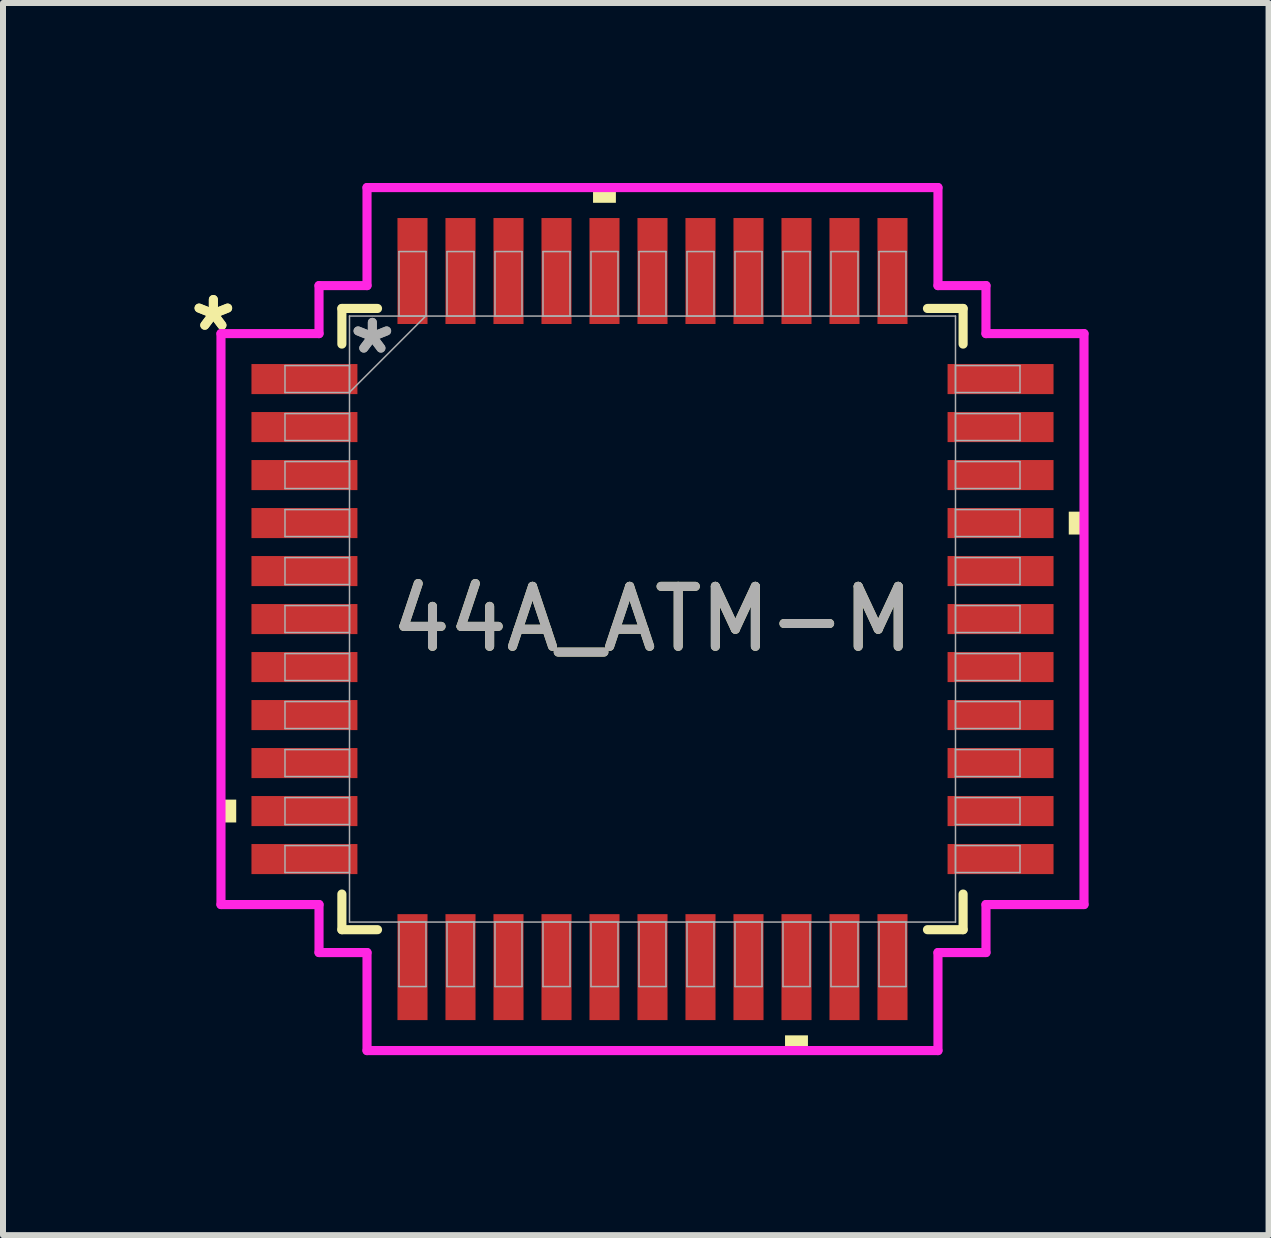
<source format=kicad_pcb>
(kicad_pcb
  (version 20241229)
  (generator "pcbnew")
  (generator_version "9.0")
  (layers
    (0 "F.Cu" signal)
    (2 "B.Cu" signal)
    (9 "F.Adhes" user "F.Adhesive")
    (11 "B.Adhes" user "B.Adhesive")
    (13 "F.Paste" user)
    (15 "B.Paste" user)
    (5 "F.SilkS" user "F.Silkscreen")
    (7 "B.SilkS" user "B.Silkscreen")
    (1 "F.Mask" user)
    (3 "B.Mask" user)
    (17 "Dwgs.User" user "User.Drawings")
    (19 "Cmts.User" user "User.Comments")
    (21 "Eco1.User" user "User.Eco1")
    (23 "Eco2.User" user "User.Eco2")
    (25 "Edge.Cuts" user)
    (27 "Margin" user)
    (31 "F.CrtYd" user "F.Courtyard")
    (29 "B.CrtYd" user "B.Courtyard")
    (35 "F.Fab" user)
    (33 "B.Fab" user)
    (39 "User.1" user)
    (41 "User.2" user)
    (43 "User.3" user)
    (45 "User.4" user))
  (footprint "44A_ATM-M"
    (layer "F.Cu")
    (at 7.825 7.268)
    (property "Reference" "44A_ATM-M" (at 0 0 0) (unlocked yes) (layer "F.SilkS") (effects (font (size 1 1) (thickness 0.15))))
    (attr smd)
    (fp_line (start -5.177 -5.177) (end -5.177 -4.583) (stroke (width 0.152) (type solid)) (layer "F.SilkS"))
    (fp_line (start -5.177 4.583) (end -5.177 5.177) (stroke (width 0.152) (type solid)) (layer "F.SilkS"))
    (fp_line (start -5.177 5.177) (end -4.583 5.177) (stroke (width 0.152) (type solid)) (layer "F.SilkS"))
    (fp_line (start -4.583 -5.177) (end -5.177 -5.177) (stroke (width 0.152) (type solid)) (layer "F.SilkS"))
    (fp_line (start 4.583 5.177) (end 5.177 5.177) (stroke (width 0.152) (type solid)) (layer "F.SilkS"))
    (fp_line (start 5.177 -5.177) (end 4.583 -5.177) (stroke (width 0.152) (type solid)) (layer "F.SilkS"))
    (fp_line (start 5.177 -4.583) (end 5.177 -5.177) (stroke (width 0.152) (type solid)) (layer "F.SilkS"))
    (fp_line (start 5.177 5.177) (end 5.177 4.583) (stroke (width 0.152) (type solid)) (layer "F.SilkS"))
    (fp_poly (pts (xy -7.192 3.009) (xy -7.192 3.39) (xy -6.938 3.39) (xy -6.938 3.009)) (stroke (width 0) (type solid)) (fill yes) (layer "F.SilkS"))
    (fp_poly (pts (xy -0.991 -6.938) (xy -0.991 -7.192) (xy -0.61 -7.192) (xy -0.61 -6.938)) (stroke (width 0) (type solid)) (fill yes) (layer "F.SilkS"))
    (fp_poly (pts (xy 2.209 6.938) (xy 2.209 7.192) (xy 2.591 7.192) (xy 2.591 6.938)) (stroke (width 0) (type solid)) (fill yes) (layer "F.SilkS"))
    (fp_poly (pts (xy 7.192 -1.79) (xy 7.192 -1.409) (xy 6.938 -1.409) (xy 6.938 -1.79)) (stroke (width 0) (type solid)) (fill yes) (layer "F.SilkS"))
    (fp_line (start -7.192 -4.758) (end -5.558 -4.758) (stroke (width 0.152) (type solid)) (layer "F.CrtYd"))
    (fp_line (start -7.192 4.758) (end -7.192 -4.758) (stroke (width 0.152) (type solid)) (layer "F.CrtYd"))
    (fp_line (start -5.558 -5.558) (end -4.758 -5.558) (stroke (width 0.152) (type solid)) (layer "F.CrtYd"))
    (fp_line (start -5.558 -4.758) (end -5.558 -5.558) (stroke (width 0.152) (type solid)) (layer "F.CrtYd"))
    (fp_line (start -5.558 4.758) (end -7.192 4.758) (stroke (width 0.152) (type solid)) (layer "F.CrtYd"))
    (fp_line (start -5.558 5.558) (end -5.558 4.758) (stroke (width 0.152) (type solid)) (layer "F.CrtYd"))
    (fp_line (start -5.558 5.558) (end -4.758 5.558) (stroke (width 0.152) (type solid)) (layer "F.CrtYd"))
    (fp_line (start -4.758 -7.192) (end 4.758 -7.192) (stroke (width 0.152) (type solid)) (layer "F.CrtYd"))
    (fp_line (start -4.758 -5.558) (end -4.758 -7.192) (stroke (width 0.152) (type solid)) (layer "F.CrtYd"))
    (fp_line (start -4.758 5.558) (end -4.758 7.192) (stroke (width 0.152) (type solid)) (layer "F.CrtYd"))
    (fp_line (start -4.758 7.192) (end 4.758 7.192) (stroke (width 0.152) (type solid)) (layer "F.CrtYd"))
    (fp_line (start 4.758 -7.192) (end 4.758 -5.558) (stroke (width 0.152) (type solid)) (layer "F.CrtYd"))
    (fp_line (start 4.758 -5.558) (end 5.558 -5.558) (stroke (width 0.152) (type solid)) (layer "F.CrtYd"))
    (fp_line (start 4.758 5.558) (end 5.558 5.558) (stroke (width 0.152) (type solid)) (layer "F.CrtYd"))
    (fp_line (start 4.758 7.192) (end 4.758 5.558) (stroke (width 0.152) (type solid)) (layer "F.CrtYd"))
    (fp_line (start 5.558 -4.758) (end 5.558 -5.558) (stroke (width 0.152) (type solid)) (layer "F.CrtYd"))
    (fp_line (start 5.558 4.758) (end 7.192 4.758) (stroke (width 0.152) (type solid)) (layer "F.CrtYd"))
    (fp_line (start 5.558 5.558) (end 5.558 4.758) (stroke (width 0.152) (type solid)) (layer "F.CrtYd"))
    (fp_line (start 7.192 -4.758) (end 5.558 -4.758) (stroke (width 0.152) (type solid)) (layer "F.CrtYd"))
    (fp_line (start 7.192 4.758) (end 7.192 -4.758) (stroke (width 0.152) (type solid)) (layer "F.CrtYd"))
    (fp_line (start -6.125 -4.225) (end -6.125 -3.775) (stroke (width 0.025) (type solid)) (layer "F.Fab"))
    (fp_line (start -6.125 -3.775) (end -5.05 -3.775) (stroke (width 0.025) (type solid)) (layer "F.Fab"))
    (fp_line (start -6.125 -3.425) (end -6.125 -2.975) (stroke (width 0.025) (type solid)) (layer "F.Fab"))
    (fp_line (start -6.125 -2.975) (end -5.05 -2.975) (stroke (width 0.025) (type solid)) (layer "F.Fab"))
    (fp_line (start -6.125 -2.625) (end -6.125 -2.175) (stroke (width 0.025) (type solid)) (layer "F.Fab"))
    (fp_line (start -6.125 -2.175) (end -5.05 -2.175) (stroke (width 0.025) (type solid)) (layer "F.Fab"))
    (fp_line (start -6.125 -1.825) (end -6.125 -1.375) (stroke (width 0.025) (type solid)) (layer "F.Fab"))
    (fp_line (start -6.125 -1.375) (end -5.05 -1.375) (stroke (width 0.025) (type solid)) (layer "F.Fab"))
    (fp_line (start -6.125 -1.025) (end -6.125 -0.575) (stroke (width 0.025) (type solid)) (layer "F.Fab"))
    (fp_line (start -6.125 -0.575) (end -5.05 -0.575) (stroke (width 0.025) (type solid)) (layer "F.Fab"))
    (fp_line (start -6.125 -0.225) (end -6.125 0.225) (stroke (width 0.025) (type solid)) (layer "F.Fab"))
    (fp_line (start -6.125 0.225) (end -5.05 0.225) (stroke (width 0.025) (type solid)) (layer "F.Fab"))
    (fp_line (start -6.125 0.575) (end -6.125 1.025) (stroke (width 0.025) (type solid)) (layer "F.Fab"))
    (fp_line (start -6.125 1.025) (end -5.05 1.025) (stroke (width 0.025) (type solid)) (layer "F.Fab"))
    (fp_line (start -6.125 1.375) (end -6.125 1.825) (stroke (width 0.025) (type solid)) (layer "F.Fab"))
    (fp_line (start -6.125 1.825) (end -5.05 1.825) (stroke (width 0.025) (type solid)) (layer "F.Fab"))
    (fp_line (start -6.125 2.175) (end -6.125 2.625) (stroke (width 0.025) (type solid)) (layer "F.Fab"))
    (fp_line (start -6.125 2.625) (end -5.05 2.625) (stroke (width 0.025) (type solid)) (layer "F.Fab"))
    (fp_line (start -6.125 2.975) (end -6.125 3.425) (stroke (width 0.025) (type solid)) (layer "F.Fab"))
    (fp_line (start -6.125 3.425) (end -5.05 3.425) (stroke (width 0.025) (type solid)) (layer "F.Fab"))
    (fp_line (start -6.125 3.775) (end -6.125 4.225) (stroke (width 0.025) (type solid)) (layer "F.Fab"))
    (fp_line (start -6.125 4.225) (end -5.05 4.225) (stroke (width 0.025) (type solid)) (layer "F.Fab"))
    (fp_line (start -5.05 -5.05) (end -5.05 5.05) (stroke (width 0.025) (type solid)) (layer "F.Fab"))
    (fp_line (start -5.05 -4.225) (end -6.125 -4.225) (stroke (width 0.025) (type solid)) (layer "F.Fab"))
    (fp_line (start -5.05 -3.78) (end -3.78 -5.05) (stroke (width 0.025) (type solid)) (layer "F.Fab"))
    (fp_line (start -5.05 -3.775) (end -5.05 -4.225) (stroke (width 0.025) (type solid)) (layer "F.Fab"))
    (fp_line (start -5.05 -3.425) (end -6.125 -3.425) (stroke (width 0.025) (type solid)) (layer "F.Fab"))
    (fp_line (start -5.05 -2.975) (end -5.05 -3.425) (stroke (width 0.025) (type solid)) (layer "F.Fab"))
    (fp_line (start -5.05 -2.625) (end -6.125 -2.625) (stroke (width 0.025) (type solid)) (layer "F.Fab"))
    (fp_line (start -5.05 -2.175) (end -5.05 -2.625) (stroke (width 0.025) (type solid)) (layer "F.Fab"))
    (fp_line (start -5.05 -1.825) (end -6.125 -1.825) (stroke (width 0.025) (type solid)) (layer "F.Fab"))
    (fp_line (start -5.05 -1.375) (end -5.05 -1.825) (stroke (width 0.025) (type solid)) (layer "F.Fab"))
    (fp_line (start -5.05 -1.025) (end -6.125 -1.025) (stroke (width 0.025) (type solid)) (layer "F.Fab"))
    (fp_line (start -5.05 -0.575) (end -5.05 -1.025) (stroke (width 0.025) (type solid)) (layer "F.Fab"))
    (fp_line (start -5.05 -0.225) (end -6.125 -0.225) (stroke (width 0.025) (type solid)) (layer "F.Fab"))
    (fp_line (start -5.05 0.225) (end -5.05 -0.225) (stroke (width 0.025) (type solid)) (layer "F.Fab"))
    (fp_line (start -5.05 0.575) (end -6.125 0.575) (stroke (width 0.025) (type solid)) (layer "F.Fab"))
    (fp_line (start -5.05 1.025) (end -5.05 0.575) (stroke (width 0.025) (type solid)) (layer "F.Fab"))
    (fp_line (start -5.05 1.375) (end -6.125 1.375) (stroke (width 0.025) (type solid)) (layer "F.Fab"))
    (fp_line (start -5.05 1.825) (end -5.05 1.375) (stroke (width 0.025) (type solid)) (layer "F.Fab"))
    (fp_line (start -5.05 2.175) (end -6.125 2.175) (stroke (width 0.025) (type solid)) (layer "F.Fab"))
    (fp_line (start -5.05 2.625) (end -5.05 2.175) (stroke (width 0.025) (type solid)) (layer "F.Fab"))
    (fp_line (start -5.05 2.975) (end -6.125 2.975) (stroke (width 0.025) (type solid)) (layer "F.Fab"))
    (fp_line (start -5.05 3.425) (end -5.05 2.975) (stroke (width 0.025) (type solid)) (layer "F.Fab"))
    (fp_line (start -5.05 3.775) (end -6.125 3.775) (stroke (width 0.025) (type solid)) (layer "F.Fab"))
    (fp_line (start -5.05 4.225) (end -5.05 3.775) (stroke (width 0.025) (type solid)) (layer "F.Fab"))
    (fp_line (start -5.05 5.05) (end 5.05 5.05) (stroke (width 0.025) (type solid)) (layer "F.Fab"))
    (fp_line (start -4.225 5.05) (end -4.225 6.125) (stroke (width 0.025) (type solid)) (layer "F.Fab"))
    (fp_line (start -4.225 6.125) (end -3.775 6.125) (stroke (width 0.025) (type solid)) (layer "F.Fab"))
    (fp_line (start -4.225 -6.125) (end -4.225 -5.05) (stroke (width 0.025) (type solid)) (layer "F.Fab"))
    (fp_line (start -4.225 -5.05) (end -3.775 -5.05) (stroke (width 0.025) (type solid)) (layer "F.Fab"))
    (fp_line (start -3.775 5.05) (end -4.225 5.05) (stroke (width 0.025) (type solid)) (layer "F.Fab"))
    (fp_line (start -3.775 6.125) (end -3.775 5.05) (stroke (width 0.025) (type solid)) (layer "F.Fab"))
    (fp_line (start -3.775 -6.125) (end -4.225 -6.125) (stroke (width 0.025) (type solid)) (layer "F.Fab"))
    (fp_line (start -3.775 -5.05) (end -3.775 -6.125) (stroke (width 0.025) (type solid)) (layer "F.Fab"))
    (fp_line (start -3.425 -6.125) (end -3.425 -5.05) (stroke (width 0.025) (type solid)) (layer "F.Fab"))
    (fp_line (start -3.425 -5.05) (end -2.975 -5.05) (stroke (width 0.025) (type solid)) (layer "F.Fab"))
    (fp_line (start -3.425 5.05) (end -3.425 6.125) (stroke (width 0.025) (type solid)) (layer "F.Fab"))
    (fp_line (start -3.425 6.125) (end -2.975 6.125) (stroke (width 0.025) (type solid)) (layer "F.Fab"))
    (fp_line (start -2.975 5.05) (end -3.425 5.05) (stroke (width 0.025) (type solid)) (layer "F.Fab"))
    (fp_line (start -2.975 6.125) (end -2.975 5.05) (stroke (width 0.025) (type solid)) (layer "F.Fab"))
    (fp_line (start -2.975 -6.125) (end -3.425 -6.125) (stroke (width 0.025) (type solid)) (layer "F.Fab"))
    (fp_line (start -2.975 -5.05) (end -2.975 -6.125) (stroke (width 0.025) (type solid)) (layer "F.Fab"))
    (fp_line (start -2.625 -6.125) (end -2.625 -5.05) (stroke (width 0.025) (type solid)) (layer "F.Fab"))
    (fp_line (start -2.625 -5.05) (end -2.175 -5.05) (stroke (width 0.025) (type solid)) (layer "F.Fab"))
    (fp_line (start -2.625 5.05) (end -2.625 6.125) (stroke (width 0.025) (type solid)) (layer "F.Fab"))
    (fp_line (start -2.625 6.125) (end -2.175 6.125) (stroke (width 0.025) (type solid)) (layer "F.Fab"))
    (fp_line (start -2.175 -6.125) (end -2.625 -6.125) (stroke (width 0.025) (type solid)) (layer "F.Fab"))
    (fp_line (start -2.175 -5.05) (end -2.175 -6.125) (stroke (width 0.025) (type solid)) (layer "F.Fab"))
    (fp_line (start -2.175 5.05) (end -2.625 5.05) (stroke (width 0.025) (type solid)) (layer "F.Fab"))
    (fp_line (start -2.175 6.125) (end -2.175 5.05) (stroke (width 0.025) (type solid)) (layer "F.Fab"))
    (fp_line (start -1.825 -6.125) (end -1.825 -5.05) (stroke (width 0.025) (type solid)) (layer "F.Fab"))
    (fp_line (start -1.825 -5.05) (end -1.375 -5.05) (stroke (width 0.025) (type solid)) (layer "F.Fab"))
    (fp_line (start -1.825 5.05) (end -1.825 6.125) (stroke (width 0.025) (type solid)) (layer "F.Fab"))
    (fp_line (start -1.825 6.125) (end -1.375 6.125) (stroke (width 0.025) (type solid)) (layer "F.Fab"))
    (fp_line (start -1.375 -6.125) (end -1.825 -6.125) (stroke (width 0.025) (type solid)) (layer "F.Fab"))
    (fp_line (start -1.375 -5.05) (end -1.375 -6.125) (stroke (width 0.025) (type solid)) (layer "F.Fab"))
    (fp_line (start -1.375 5.05) (end -1.825 5.05) (stroke (width 0.025) (type solid)) (layer "F.Fab"))
    (fp_line (start -1.375 6.125) (end -1.375 5.05) (stroke (width 0.025) (type solid)) (layer "F.Fab"))
    (fp_line (start -1.025 -6.125) (end -1.025 -5.05) (stroke (width 0.025) (type solid)) (layer "F.Fab"))
    (fp_line (start -1.025 -5.05) (end -0.575 -5.05) (stroke (width 0.025) (type solid)) (layer "F.Fab"))
    (fp_line (start -1.025 5.05) (end -1.025 6.125) (stroke (width 0.025) (type solid)) (layer "F.Fab"))
    (fp_line (start -1.025 6.125) (end -0.575 6.125) (stroke (width 0.025) (type solid)) (layer "F.Fab"))
    (fp_line (start -0.575 -6.125) (end -1.025 -6.125) (stroke (width 0.025) (type solid)) (layer "F.Fab"))
    (fp_line (start -0.575 -5.05) (end -0.575 -6.125) (stroke (width 0.025) (type solid)) (layer "F.Fab"))
    (fp_line (start -0.575 5.05) (end -1.025 5.05) (stroke (width 0.025) (type solid)) (layer "F.Fab"))
    (fp_line (start -0.575 6.125) (end -0.575 5.05) (stroke (width 0.025) (type solid)) (layer "F.Fab"))
    (fp_line (start -0.225 -6.125) (end -0.225 -5.05) (stroke (width 0.025) (type solid)) (layer "F.Fab"))
    (fp_line (start -0.225 -5.05) (end 0.225 -5.05) (stroke (width 0.025) (type solid)) (layer "F.Fab"))
    (fp_line (start -0.225 5.05) (end -0.225 6.125) (stroke (width 0.025) (type solid)) (layer "F.Fab"))
    (fp_line (start -0.225 6.125) (end 0.225 6.125) (stroke (width 0.025) (type solid)) (layer "F.Fab"))
    (fp_line (start 0.225 -6.125) (end -0.225 -6.125) (stroke (width 0.025) (type solid)) (layer "F.Fab"))
    (fp_line (start 0.225 -5.05) (end 0.225 -6.125) (stroke (width 0.025) (type solid)) (layer "F.Fab"))
    (fp_line (start 0.225 5.05) (end -0.225 5.05) (stroke (width 0.025) (type solid)) (layer "F.Fab"))
    (fp_line (start 0.225 6.125) (end 0.225 5.05) (stroke (width 0.025) (type solid)) (layer "F.Fab"))
    (fp_line (start 0.575 -6.125) (end 0.575 -5.05) (stroke (width 0.025) (type solid)) (layer "F.Fab"))
    (fp_line (start 0.575 -5.05) (end 1.025 -5.05) (stroke (width 0.025) (type solid)) (layer "F.Fab"))
    (fp_line (start 0.575 5.05) (end 0.575 6.125) (stroke (width 0.025) (type solid)) (layer "F.Fab"))
    (fp_line (start 0.575 6.125) (end 1.025 6.125) (stroke (width 0.025) (type solid)) (layer "F.Fab"))
    (fp_line (start 1.025 -6.125) (end 0.575 -6.125) (stroke (width 0.025) (type solid)) (layer "F.Fab"))
    (fp_line (start 1.025 -5.05) (end 1.025 -6.125) (stroke (width 0.025) (type solid)) (layer "F.Fab"))
    (fp_line (start 1.025 5.05) (end 0.575 5.05) (stroke (width 0.025) (type solid)) (layer "F.Fab"))
    (fp_line (start 1.025 6.125) (end 1.025 5.05) (stroke (width 0.025) (type solid)) (layer "F.Fab"))
    (fp_line (start 1.375 -6.125) (end 1.375 -5.05) (stroke (width 0.025) (type solid)) (layer "F.Fab"))
    (fp_line (start 1.375 -5.05) (end 1.825 -5.05) (stroke (width 0.025) (type solid)) (layer "F.Fab"))
    (fp_line (start 1.375 5.05) (end 1.375 6.125) (stroke (width 0.025) (type solid)) (layer "F.Fab"))
    (fp_line (start 1.375 6.125) (end 1.825 6.125) (stroke (width 0.025) (type solid)) (layer "F.Fab"))
    (fp_line (start 1.825 -6.125) (end 1.375 -6.125) (stroke (width 0.025) (type solid)) (layer "F.Fab"))
    (fp_line (start 1.825 -5.05) (end 1.825 -6.125) (stroke (width 0.025) (type solid)) (layer "F.Fab"))
    (fp_line (start 1.825 5.05) (end 1.375 5.05) (stroke (width 0.025) (type solid)) (layer "F.Fab"))
    (fp_line (start 1.825 6.125) (end 1.825 5.05) (stroke (width 0.025) (type solid)) (layer "F.Fab"))
    (fp_line (start 2.175 -6.125) (end 2.175 -5.05) (stroke (width 0.025) (type solid)) (layer "F.Fab"))
    (fp_line (start 2.175 -5.05) (end 2.625 -5.05) (stroke (width 0.025) (type solid)) (layer "F.Fab"))
    (fp_line (start 2.175 5.05) (end 2.175 6.125) (stroke (width 0.025) (type solid)) (layer "F.Fab"))
    (fp_line (start 2.175 6.125) (end 2.625 6.125) (stroke (width 0.025) (type solid)) (layer "F.Fab"))
    (fp_line (start 2.625 -6.125) (end 2.175 -6.125) (stroke (width 0.025) (type solid)) (layer "F.Fab"))
    (fp_line (start 2.625 -5.05) (end 2.625 -6.125) (stroke (width 0.025) (type solid)) (layer "F.Fab"))
    (fp_line (start 2.625 5.05) (end 2.175 5.05) (stroke (width 0.025) (type solid)) (layer "F.Fab"))
    (fp_line (start 2.625 6.125) (end 2.625 5.05) (stroke (width 0.025) (type solid)) (layer "F.Fab"))
    (fp_line (start 2.975 5.05) (end 2.975 6.125) (stroke (width 0.025) (type solid)) (layer "F.Fab"))
    (fp_line (start 2.975 6.125) (end 3.425 6.125) (stroke (width 0.025) (type solid)) (layer "F.Fab"))
    (fp_line (start 2.975 -6.125) (end 2.975 -5.05) (stroke (width 0.025) (type solid)) (layer "F.Fab"))
    (fp_line (start 2.975 -5.05) (end 3.425 -5.05) (stroke (width 0.025) (type solid)) (layer "F.Fab"))
    (fp_line (start 3.425 -6.125) (end 2.975 -6.125) (stroke (width 0.025) (type solid)) (layer "F.Fab"))
    (fp_line (start 3.425 -5.05) (end 3.425 -6.125) (stroke (width 0.025) (type solid)) (layer "F.Fab"))
    (fp_line (start 3.425 5.05) (end 2.975 5.05) (stroke (width 0.025) (type solid)) (layer "F.Fab"))
    (fp_line (start 3.425 6.125) (end 3.425 5.05) (stroke (width 0.025) (type solid)) (layer "F.Fab"))
    (fp_line (start 3.775 5.05) (end 3.775 6.125) (stroke (width 0.025) (type solid)) (layer "F.Fab"))
    (fp_line (start 3.775 6.125) (end 4.225 6.125) (stroke (width 0.025) (type solid)) (layer "F.Fab"))
    (fp_line (start 3.775 -6.125) (end 3.775 -5.05) (stroke (width 0.025) (type solid)) (layer "F.Fab"))
    (fp_line (start 3.775 -5.05) (end 4.225 -5.05) (stroke (width 0.025) (type solid)) (layer "F.Fab"))
    (fp_line (start 4.225 5.05) (end 3.775 5.05) (stroke (width 0.025) (type solid)) (layer "F.Fab"))
    (fp_line (start 4.225 6.125) (end 4.225 5.05) (stroke (width 0.025) (type solid)) (layer "F.Fab"))
    (fp_line (start 4.225 -6.125) (end 3.775 -6.125) (stroke (width 0.025) (type solid)) (layer "F.Fab"))
    (fp_line (start 4.225 -5.05) (end 4.225 -6.125) (stroke (width 0.025) (type solid)) (layer "F.Fab"))
    (fp_line (start 5.05 -5.05) (end -5.05 -5.05) (stroke (width 0.025) (type solid)) (layer "F.Fab"))
    (fp_line (start 5.05 -4.225) (end 5.05 -3.775) (stroke (width 0.025) (type solid)) (layer "F.Fab"))
    (fp_line (start 5.05 -3.775) (end 6.125 -3.775) (stroke (width 0.025) (type solid)) (layer "F.Fab"))
    (fp_line (start 5.05 -3.425) (end 5.05 -2.975) (stroke (width 0.025) (type solid)) (layer "F.Fab"))
    (fp_line (start 5.05 -2.975) (end 6.125 -2.975) (stroke (width 0.025) (type solid)) (layer "F.Fab"))
    (fp_line (start 5.05 -2.625) (end 5.05 -2.175) (stroke (width 0.025) (type solid)) (layer "F.Fab"))
    (fp_line (start 5.05 -2.175) (end 6.125 -2.175) (stroke (width 0.025) (type solid)) (layer "F.Fab"))
    (fp_line (start 5.05 -1.825) (end 5.05 -1.375) (stroke (width 0.025) (type solid)) (layer "F.Fab"))
    (fp_line (start 5.05 -1.375) (end 6.125 -1.375) (stroke (width 0.025) (type solid)) (layer "F.Fab"))
    (fp_line (start 5.05 -1.025) (end 5.05 -0.575) (stroke (width 0.025) (type solid)) (layer "F.Fab"))
    (fp_line (start 5.05 -0.575) (end 6.125 -0.575) (stroke (width 0.025) (type solid)) (layer "F.Fab"))
    (fp_line (start 5.05 -0.225) (end 5.05 0.225) (stroke (width 0.025) (type solid)) (layer "F.Fab"))
    (fp_line (start 5.05 0.225) (end 6.125 0.225) (stroke (width 0.025) (type solid)) (layer "F.Fab"))
    (fp_line (start 5.05 0.575) (end 5.05 1.025) (stroke (width 0.025) (type solid)) (layer "F.Fab"))
    (fp_line (start 5.05 1.025) (end 6.125 1.025) (stroke (width 0.025) (type solid)) (layer "F.Fab"))
    (fp_line (start 5.05 1.375) (end 5.05 1.825) (stroke (width 0.025) (type solid)) (layer "F.Fab"))
    (fp_line (start 5.05 1.825) (end 6.125 1.825) (stroke (width 0.025) (type solid)) (layer "F.Fab"))
    (fp_line (start 5.05 2.175) (end 5.05 2.625) (stroke (width 0.025) (type solid)) (layer "F.Fab"))
    (fp_line (start 5.05 2.625) (end 6.125 2.625) (stroke (width 0.025) (type solid)) (layer "F.Fab"))
    (fp_line (start 5.05 2.975) (end 5.05 3.425) (stroke (width 0.025) (type solid)) (layer "F.Fab"))
    (fp_line (start 5.05 3.425) (end 6.125 3.425) (stroke (width 0.025) (type solid)) (layer "F.Fab"))
    (fp_line (start 5.05 3.775) (end 5.05 4.225) (stroke (width 0.025) (type solid)) (layer "F.Fab"))
    (fp_line (start 5.05 4.225) (end 6.125 4.225) (stroke (width 0.025) (type solid)) (layer "F.Fab"))
    (fp_line (start 5.05 5.05) (end 5.05 -5.05) (stroke (width 0.025) (type solid)) (layer "F.Fab"))
    (fp_line (start 6.125 -4.225) (end 5.05 -4.225) (stroke (width 0.025) (type solid)) (layer "F.Fab"))
    (fp_line (start 6.125 -3.775) (end 6.125 -4.225) (stroke (width 0.025) (type solid)) (layer "F.Fab"))
    (fp_line (start 6.125 -3.425) (end 5.05 -3.425) (stroke (width 0.025) (type solid)) (layer "F.Fab"))
    (fp_line (start 6.125 -2.975) (end 6.125 -3.425) (stroke (width 0.025) (type solid)) (layer "F.Fab"))
    (fp_line (start 6.125 -2.625) (end 5.05 -2.625) (stroke (width 0.025) (type solid)) (layer "F.Fab"))
    (fp_line (start 6.125 -2.175) (end 6.125 -2.625) (stroke (width 0.025) (type solid)) (layer "F.Fab"))
    (fp_line (start 6.125 -1.825) (end 5.05 -1.825) (stroke (width 0.025) (type solid)) (layer "F.Fab"))
    (fp_line (start 6.125 -1.375) (end 6.125 -1.825) (stroke (width 0.025) (type solid)) (layer "F.Fab"))
    (fp_line (start 6.125 -1.025) (end 5.05 -1.025) (stroke (width 0.025) (type solid)) (layer "F.Fab"))
    (fp_line (start 6.125 -0.575) (end 6.125 -1.025) (stroke (width 0.025) (type solid)) (layer "F.Fab"))
    (fp_line (start 6.125 -0.225) (end 5.05 -0.225) (stroke (width 0.025) (type solid)) (layer "F.Fab"))
    (fp_line (start 6.125 0.225) (end 6.125 -0.225) (stroke (width 0.025) (type solid)) (layer "F.Fab"))
    (fp_line (start 6.125 0.575) (end 5.05 0.575) (stroke (width 0.025) (type solid)) (layer "F.Fab"))
    (fp_line (start 6.125 1.025) (end 6.125 0.575) (stroke (width 0.025) (type solid)) (layer "F.Fab"))
    (fp_line (start 6.125 1.375) (end 5.05 1.375) (stroke (width 0.025) (type solid)) (layer "F.Fab"))
    (fp_line (start 6.125 1.825) (end 6.125 1.375) (stroke (width 0.025) (type solid)) (layer "F.Fab"))
    (fp_line (start 6.125 2.175) (end 5.05 2.175) (stroke (width 0.025) (type solid)) (layer "F.Fab"))
    (fp_line (start 6.125 2.625) (end 6.125 2.175) (stroke (width 0.025) (type solid)) (layer "F.Fab"))
    (fp_line (start 6.125 2.975) (end 5.05 2.975) (stroke (width 0.025) (type solid)) (layer "F.Fab"))
    (fp_line (start 6.125 3.425) (end 6.125 2.975) (stroke (width 0.025) (type solid)) (layer "F.Fab"))
    (fp_line (start 6.125 3.775) (end 5.05 3.775) (stroke (width 0.025) (type solid)) (layer "F.Fab"))
    (fp_line (start 6.125 4.225) (end 6.125 3.775) (stroke (width 0.025) (type solid)) (layer "F.Fab"))
    (fp_text user "*" (at -7.319 -4.781 0) (layer "F.SilkS") (effects (font (size 1 1) (thickness 0.15))))
    (fp_text user "*" (at -7.319 -4.781 0) (unlocked yes) (layer "F.SilkS") (effects (font (size 1 1) (thickness 0.15))))
    (fp_text user "*" (at -4.669 -4.4 0) (unlocked yes) (layer "F.Fab") (effects (font (size 1 1) (thickness 0.15))))
    (fp_text user "*" (at -4.669 -4.4 0) (layer "F.Fab") (effects (font (size 1 1) (thickness 0.15))))
    (fp_text user "${REFERENCE}" (at 0 0 0) (unlocked yes) (layer "F.Fab") (effects (font (size 1 1) (thickness 0.15))))
    (pad "1" smd rect (at -5.801 -4 90) (size 0.501 1.766) (layers "F.Cu" "F.Mask" "F.Paste"))
    (pad "2" smd rect (at -5.801 -3.2 90) (size 0.501 1.766) (layers "F.Cu" "F.Mask" "F.Paste"))
    (pad "3" smd rect (at -5.801 -2.4 90) (size 0.501 1.766) (layers "F.Cu" "F.Mask" "F.Paste"))
    (pad "4" smd rect (at -5.801 -1.6 90) (size 0.501 1.766) (layers "F.Cu" "F.Mask" "F.Paste"))
    (pad "5" smd rect (at -5.801 -0.8 90) (size 0.501 1.766) (layers "F.Cu" "F.Mask" "F.Paste"))
    (pad "6" smd rect (at -5.801 0 90) (size 0.501 1.766) (layers "F.Cu" "F.Mask" "F.Paste"))
    (pad "7" smd rect (at -5.801 0.8 90) (size 0.501 1.766) (layers "F.Cu" "F.Mask" "F.Paste"))
    (pad "8" smd rect (at -5.801 1.6 90) (size 0.501 1.766) (layers "F.Cu" "F.Mask" "F.Paste"))
    (pad "9" smd rect (at -5.801 2.4 90) (size 0.501 1.766) (layers "F.Cu" "F.Mask" "F.Paste"))
    (pad "10" smd rect (at -5.801 3.2 90) (size 0.501 1.766) (layers "F.Cu" "F.Mask" "F.Paste"))
    (pad "11" smd rect (at -5.801 4 90) (size 0.501 1.766) (layers "F.Cu" "F.Mask" "F.Paste"))
    (pad "12" smd rect (at -4 5.801) (size 0.501 1.766) (layers "F.Cu" "F.Mask" "F.Paste"))
    (pad "13" smd rect (at -3.2 5.801) (size 0.501 1.766) (layers "F.Cu" "F.Mask" "F.Paste"))
    (pad "14" smd rect (at -2.4 5.801) (size 0.501 1.766) (layers "F.Cu" "F.Mask" "F.Paste"))
    (pad "15" smd rect (at -1.6 5.801) (size 0.501 1.766) (layers "F.Cu" "F.Mask" "F.Paste"))
    (pad "16" smd rect (at -0.8 5.801) (size 0.501 1.766) (layers "F.Cu" "F.Mask" "F.Paste"))
    (pad "17" smd rect (at 0 5.801) (size 0.501 1.766) (layers "F.Cu" "F.Mask" "F.Paste"))
    (pad "18" smd rect (at 0.8 5.801) (size 0.501 1.766) (layers "F.Cu" "F.Mask" "F.Paste"))
    (pad "19" smd rect (at 1.6 5.801) (size 0.501 1.766) (layers "F.Cu" "F.Mask" "F.Paste"))
    (pad "20" smd rect (at 2.4 5.801) (size 0.501 1.766) (layers "F.Cu" "F.Mask" "F.Paste"))
    (pad "21" smd rect (at 3.2 5.801) (size 0.501 1.766) (layers "F.Cu" "F.Mask" "F.Paste"))
    (pad "22" smd rect (at 4 5.801) (size 0.501 1.766) (layers "F.Cu" "F.Mask" "F.Paste"))
    (pad "23" smd rect (at 5.801 4 90) (size 0.501 1.766) (layers "F.Cu" "F.Mask" "F.Paste"))
    (pad "24" smd rect (at 5.801 3.2 90) (size 0.501 1.766) (layers "F.Cu" "F.Mask" "F.Paste"))
    (pad "25" smd rect (at 5.801 2.4 90) (size 0.501 1.766) (layers "F.Cu" "F.Mask" "F.Paste"))
    (pad "26" smd rect (at 5.801 1.6 90) (size 0.501 1.766) (layers "F.Cu" "F.Mask" "F.Paste"))
    (pad "27" smd rect (at 5.801 0.8 90) (size 0.501 1.766) (layers "F.Cu" "F.Mask" "F.Paste"))
    (pad "28" smd rect (at 5.801 0 90) (size 0.501 1.766) (layers "F.Cu" "F.Mask" "F.Paste"))
    (pad "29" smd rect (at 5.801 -0.8 90) (size 0.501 1.766) (layers "F.Cu" "F.Mask" "F.Paste"))
    (pad "30" smd rect (at 5.801 -1.6 90) (size 0.501 1.766) (layers "F.Cu" "F.Mask" "F.Paste"))
    (pad "31" smd rect (at 5.801 -2.4 90) (size 0.501 1.766) (layers "F.Cu" "F.Mask" "F.Paste"))
    (pad "32" smd rect (at 5.801 -3.2 90) (size 0.501 1.766) (layers "F.Cu" "F.Mask" "F.Paste"))
    (pad "33" smd rect (at 5.801 -4 90) (size 0.501 1.766) (layers "F.Cu" "F.Mask" "F.Paste"))
    (pad "34" smd rect (at 4 -5.801) (size 0.501 1.766) (layers "F.Cu" "F.Mask" "F.Paste"))
    (pad "35" smd rect (at 3.2 -5.801) (size 0.501 1.766) (layers "F.Cu" "F.Mask" "F.Paste"))
    (pad "36" smd rect (at 2.4 -5.801) (size 0.501 1.766) (layers "F.Cu" "F.Mask" "F.Paste"))
    (pad "37" smd rect (at 1.6 -5.801) (size 0.501 1.766) (layers "F.Cu" "F.Mask" "F.Paste"))
    (pad "38" smd rect (at 0.8 -5.801) (size 0.501 1.766) (layers "F.Cu" "F.Mask" "F.Paste"))
    (pad "39" smd rect (at 0 -5.801) (size 0.501 1.766) (layers "F.Cu" "F.Mask" "F.Paste"))
    (pad "40" smd rect (at -0.8 -5.801) (size 0.501 1.766) (layers "F.Cu" "F.Mask" "F.Paste"))
    (pad "41" smd rect (at -1.6 -5.801) (size 0.501 1.766) (layers "F.Cu" "F.Mask" "F.Paste"))
    (pad "42" smd rect (at -2.4 -5.801) (size 0.501 1.766) (layers "F.Cu" "F.Mask" "F.Paste"))
    (pad "43" smd rect (at -3.2 -5.801) (size 0.501 1.766) (layers "F.Cu" "F.Mask" "F.Paste"))
    (pad "44" smd rect (at -4 -5.801) (size 0.501 1.766) (layers "F.Cu" "F.Mask" "F.Paste")))
  (gr_rect
    (start -3 -3)
    (end 18.093 17.536)
    (stroke (width 0.1) (type default))
    (fill no)
    (layer "Edge.Cuts")))
</source>
